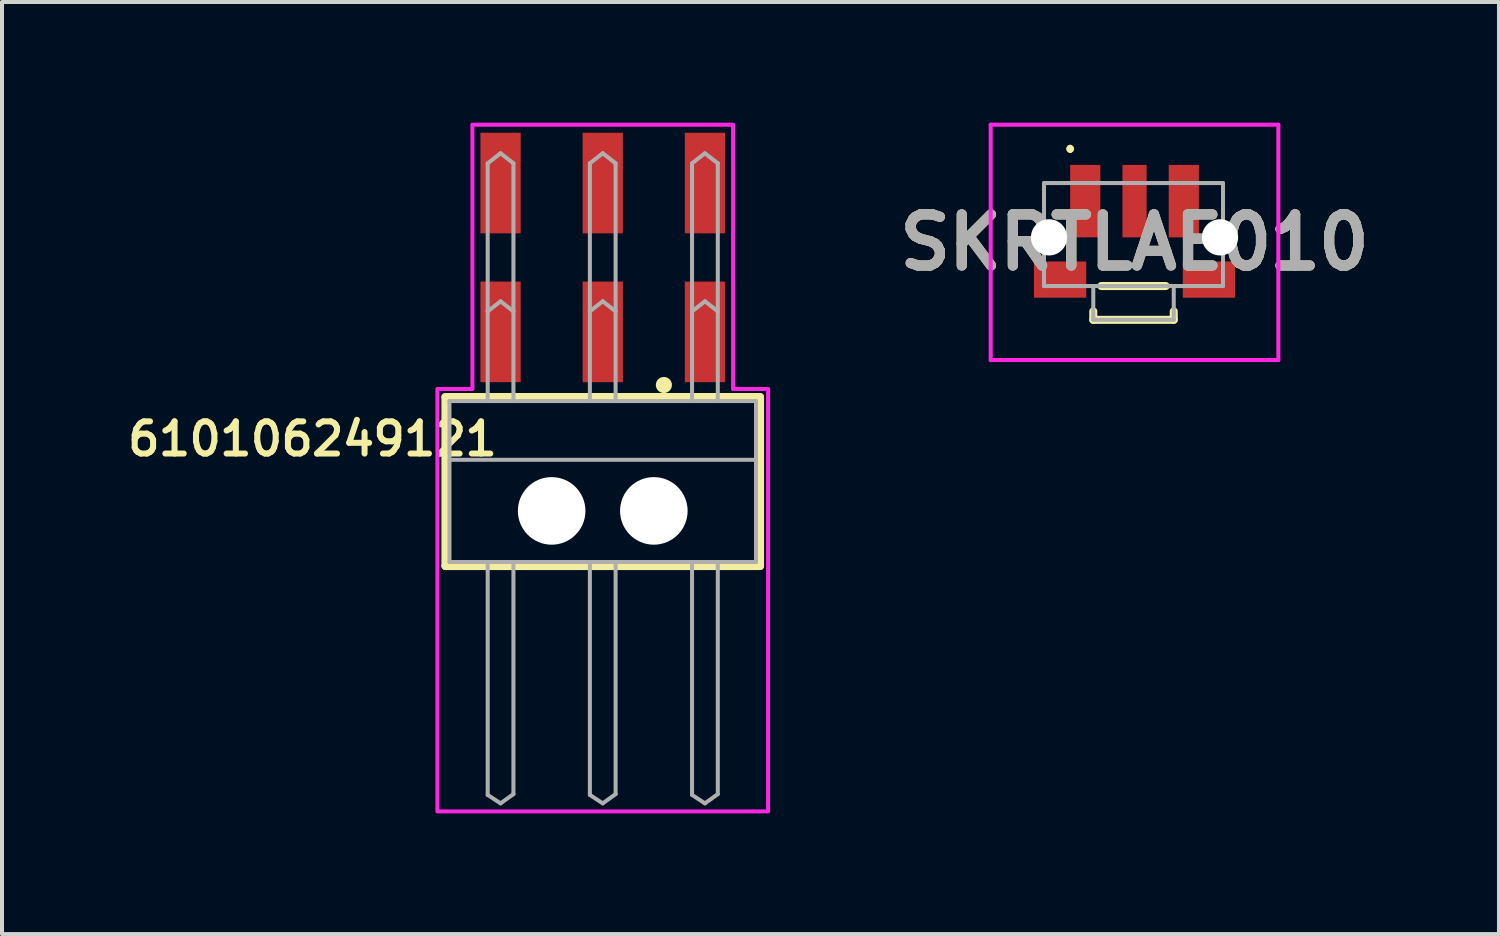
<source format=kicad_pcb>
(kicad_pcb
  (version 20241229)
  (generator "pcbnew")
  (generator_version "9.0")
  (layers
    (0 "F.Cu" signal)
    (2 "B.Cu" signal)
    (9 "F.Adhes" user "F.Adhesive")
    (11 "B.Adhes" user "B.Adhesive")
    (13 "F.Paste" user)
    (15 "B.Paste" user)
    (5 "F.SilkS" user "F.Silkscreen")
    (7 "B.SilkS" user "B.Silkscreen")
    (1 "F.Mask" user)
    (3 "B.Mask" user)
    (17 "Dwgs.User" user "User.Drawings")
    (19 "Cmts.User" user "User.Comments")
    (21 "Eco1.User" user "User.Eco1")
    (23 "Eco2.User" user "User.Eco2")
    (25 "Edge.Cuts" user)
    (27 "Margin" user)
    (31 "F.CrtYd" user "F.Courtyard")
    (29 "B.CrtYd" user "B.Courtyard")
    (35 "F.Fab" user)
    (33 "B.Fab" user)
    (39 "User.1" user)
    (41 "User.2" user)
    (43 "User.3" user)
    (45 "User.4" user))
  (footprint "610106249121"
    (layer "F.Cu")
    (at 11.933 9.65)
    (property "Reference" "610106249121" (at -7.216 -1.788 0) (layer "F.SilkS") (effects (font (size 0.8 0.8) (thickness 0.15))))
    (attr smd)
    (fp_line (start -3.91 -2.83) (end 3.91 -2.83) (stroke (width 0.2) (type solid)) (layer "F.SilkS"))
    (fp_line (start -3.91 1.37) (end -3.91 -2.83) (stroke (width 0.2) (type solid)) (layer "F.SilkS"))
    (fp_line (start 3.91 -2.83) (end 3.91 1.37) (stroke (width 0.2) (type solid)) (layer "F.SilkS"))
    (fp_line (start 3.91 1.37) (end -3.91 1.37) (stroke (width 0.2) (type solid)) (layer "F.SilkS"))
    (fp_circle (center 1.52 -3.13) (end 1.62 -3.13) (stroke (width 0.2) (type solid)) (fill no) (layer "F.SilkS"))
    (fp_poly (pts (xy -3.24 -9.6) (xy 3.24 -9.6) (xy 3.24 -3.03) (xy 4.11 -3.03) (xy 4.11 7.47) (xy -4.11 7.47) (xy -4.11 -3.03) (xy -3.24 -3.03)) (stroke (width 0.1) (type solid)) (fill no) (layer "F.CrtYd"))
    (fp_line (start -3.81 -2.73) (end -3.81 1.27) (stroke (width 0.1) (type solid)) (layer "F.Fab"))
    (fp_line (start -3.8 -1.27) (end 3.8 -1.27) (stroke (width 0.1) (type solid)) (layer "F.Fab"))
    (fp_line (start -2.86 -4.96) (end -2.86 -8.64) (stroke (width 0.1) (type solid)) (layer "F.Fab"))
    (fp_line (start -2.86 -2.73) (end -2.86 -4.96) (stroke (width 0.1) (type solid)) (layer "F.Fab"))
    (fp_line (start -2.86 1.27) (end -2.86 7.06) (stroke (width 0.1) (type solid)) (layer "F.Fab"))
    (fp_line (start -2.86 7.06) (end -2.54 7.27) (stroke (width 0.1) (type solid)) (layer "F.Fab"))
    (fp_line (start -2.54 -8.89) (end -2.86 -8.64) (stroke (width 0.1) (type solid)) (layer "F.Fab"))
    (fp_line (start -2.54 -8.89) (end -2.22 -8.64) (stroke (width 0.1) (type solid)) (layer "F.Fab"))
    (fp_line (start -2.54 -5.21) (end -2.86 -4.96) (stroke (width 0.1) (type solid)) (layer "F.Fab"))
    (fp_line (start -2.54 -5.21) (end -2.22 -4.96) (stroke (width 0.1) (type solid)) (layer "F.Fab"))
    (fp_line (start -2.54 7.27) (end -2.22 7.04) (stroke (width 0.1) (type solid)) (layer "F.Fab"))
    (fp_line (start -2.22 -8.64) (end -2.22 -4.96) (stroke (width 0.1) (type solid)) (layer "F.Fab"))
    (fp_line (start -2.22 -4.96) (end -2.22 -2.73) (stroke (width 0.1) (type solid)) (layer "F.Fab"))
    (fp_line (start -2.22 7.04) (end -2.22 1.27) (stroke (width 0.1) (type solid)) (layer "F.Fab"))
    (fp_line (start -0.32 -4.96) (end -0.32 -8.64) (stroke (width 0.1) (type solid)) (layer "F.Fab"))
    (fp_line (start -0.32 -2.73) (end -3.81 -2.73) (stroke (width 0.1) (type solid)) (layer "F.Fab"))
    (fp_line (start -0.32 -2.73) (end -0.32 -4.96) (stroke (width 0.1) (type solid)) (layer "F.Fab"))
    (fp_line (start -0.32 1.27) (end -3.81 1.27) (stroke (width 0.1) (type solid)) (layer "F.Fab"))
    (fp_line (start -0.32 1.27) (end -0.32 7.06) (stroke (width 0.1) (type solid)) (layer "F.Fab"))
    (fp_line (start -0.32 7.06) (end 0 7.27) (stroke (width 0.1) (type solid)) (layer "F.Fab"))
    (fp_line (start 0 -8.89) (end -0.32 -8.64) (stroke (width 0.1) (type solid)) (layer "F.Fab"))
    (fp_line (start 0 -8.89) (end 0.32 -8.64) (stroke (width 0.1) (type solid)) (layer "F.Fab"))
    (fp_line (start 0 -5.21) (end -0.32 -4.96) (stroke (width 0.1) (type solid)) (layer "F.Fab"))
    (fp_line (start 0 -5.21) (end 0.32 -4.96) (stroke (width 0.1) (type solid)) (layer "F.Fab"))
    (fp_line (start 0 7.27) (end 0.32 7.04) (stroke (width 0.1) (type solid)) (layer "F.Fab"))
    (fp_line (start 0.32 -8.64) (end 0.32 -4.96) (stroke (width 0.1) (type solid)) (layer "F.Fab"))
    (fp_line (start 0.32 -4.96) (end 0.32 -2.73) (stroke (width 0.1) (type solid)) (layer "F.Fab"))
    (fp_line (start 0.32 -2.73) (end -0.32 -2.73) (stroke (width 0.1) (type solid)) (layer "F.Fab"))
    (fp_line (start 0.32 1.27) (end -0.32 1.27) (stroke (width 0.1) (type solid)) (layer "F.Fab"))
    (fp_line (start 0.32 7.04) (end 0.32 1.27) (stroke (width 0.1) (type solid)) (layer "F.Fab"))
    (fp_line (start 2.22 -4.96) (end 2.22 -8.64) (stroke (width 0.1) (type solid)) (layer "F.Fab"))
    (fp_line (start 2.22 -2.73) (end 2.22 -4.96) (stroke (width 0.1) (type solid)) (layer "F.Fab"))
    (fp_line (start 2.22 1.27) (end 2.22 7.06) (stroke (width 0.1) (type solid)) (layer "F.Fab"))
    (fp_line (start 2.22 7.06) (end 2.54 7.27) (stroke (width 0.1) (type solid)) (layer "F.Fab"))
    (fp_line (start 2.54 -8.89) (end 2.22 -8.64) (stroke (width 0.1) (type solid)) (layer "F.Fab"))
    (fp_line (start 2.54 -8.89) (end 2.86 -8.64) (stroke (width 0.1) (type solid)) (layer "F.Fab"))
    (fp_line (start 2.54 -5.21) (end 2.22 -4.96) (stroke (width 0.1) (type solid)) (layer "F.Fab"))
    (fp_line (start 2.54 -5.21) (end 2.86 -4.96) (stroke (width 0.1) (type solid)) (layer "F.Fab"))
    (fp_line (start 2.54 7.27) (end 2.86 7.04) (stroke (width 0.1) (type solid)) (layer "F.Fab"))
    (fp_line (start 2.86 -8.64) (end 2.86 -4.96) (stroke (width 0.1) (type solid)) (layer "F.Fab"))
    (fp_line (start 2.86 -4.96) (end 2.86 -2.73) (stroke (width 0.1) (type solid)) (layer "F.Fab"))
    (fp_line (start 2.86 7.04) (end 2.86 1.27) (stroke (width 0.1) (type solid)) (layer "F.Fab"))
    (fp_line (start 3.81 -2.73) (end 0.32 -2.73) (stroke (width 0.1) (type solid)) (layer "F.Fab"))
    (fp_line (start 3.81 -2.73) (end 3.81 1.27) (stroke (width 0.1) (type solid)) (layer "F.Fab"))
    (fp_line (start 3.81 1.27) (end 0.32 1.27) (stroke (width 0.1) (type solid)) (layer "F.Fab"))
    (pad "" np_thru_hole circle (at -1.27 0) (size 1.68 1.68) (drill 1.68) (layers "*.Cu" "*.Mask"))
    (pad "" np_thru_hole circle (at 1.27 0) (size 1.68 1.68) (drill 1.68) (layers "*.Cu" "*.Mask"))
    (pad "1" smd rect (at 2.54 -4.45) (size 1 2.5) (layers "F.Cu" "F.Mask" "F.Paste"))
    (pad "2" smd rect (at 2.54 -8.15) (size 1 2.5) (layers "F.Cu" "F.Mask" "F.Paste"))
    (pad "3" smd rect (at 0 -4.45) (size 1 2.5) (layers "F.Cu" "F.Mask" "F.Paste"))
    (pad "4" smd rect (at 0 -8.15) (size 1 2.5) (layers "F.Cu" "F.Mask" "F.Paste"))
    (pad "5" smd rect (at -2.54 -4.45) (size 1 2.5) (layers "F.Cu" "F.Mask" "F.Paste"))
    (pad "6" smd rect (at -2.54 -8.15) (size 1 2.5) (layers "F.Cu" "F.Mask" "F.Paste")))
  (footprint "SKRTLAE010"
    (layer "F.Cu")
    (at 25.152 3.2)
    (property "Reference" "SKRTLAE010" (at 0 -0.225 0) (layer "F.SilkS") (effects (font (size 1.27 1.27) (thickness 0.254))))
    (attr through_hole)
    (fp_line (start -1.6 -2.6) (end -1.6 -2.6) (stroke (width 0.1) (type solid)) (layer "F.SilkS"))
    (fp_line (start -1.6 -2.5) (end -1.6 -2.5) (stroke (width 0.1) (type solid)) (layer "F.SilkS"))
    (fp_line (start -1.025 1.7) (end -1.025 1.49) (stroke (width 0.2) (type solid)) (layer "F.SilkS"))
    (fp_line (start -0.825 0.86) (end 0.775 0.86) (stroke (width 0.2) (type solid)) (layer "F.SilkS"))
    (fp_line (start 0.975 1.49) (end 0.975 1.7) (stroke (width 0.2) (type solid)) (layer "F.SilkS"))
    (fp_line (start 0.975 1.7) (end -1.025 1.7) (stroke (width 0.2) (type solid)) (layer "F.SilkS"))
    (fp_arc (start -1.6 -2.6) (mid -1.55 -2.55) (end -1.6 -2.5) (stroke (width 0.1) (type solid)) (layer "F.SilkS"))
    (fp_arc (start -1.6 -2.5) (mid -1.65 -2.55) (end -1.6 -2.6) (stroke (width 0.1) (type solid)) (layer "F.SilkS"))
    (fp_line (start -3.575 -3.15) (end 3.575 -3.15) (stroke (width 0.1) (type solid)) (layer "F.CrtYd"))
    (fp_line (start -3.575 2.7) (end -3.575 -3.15) (stroke (width 0.1) (type solid)) (layer "F.CrtYd"))
    (fp_line (start 3.575 -3.15) (end 3.575 2.7) (stroke (width 0.1) (type solid)) (layer "F.CrtYd"))
    (fp_line (start 3.575 2.7) (end -3.575 2.7) (stroke (width 0.1) (type solid)) (layer "F.CrtYd"))
    (fp_line (start -2.25 -1.7) (end 2.2 -1.7) (stroke (width 0.1) (type solid)) (layer "F.Fab"))
    (fp_line (start -2.25 0.86) (end -2.25 -1.7) (stroke (width 0.1) (type solid)) (layer "F.Fab"))
    (fp_line (start -1.025 1.7) (end -1.025 0.86) (stroke (width 0.1) (type solid)) (layer "F.Fab"))
    (fp_line (start 0.975 0.86) (end 0.975 1.7) (stroke (width 0.1) (type solid)) (layer "F.Fab"))
    (fp_line (start 0.975 1.7) (end -1.025 1.7) (stroke (width 0.1) (type solid)) (layer "F.Fab"))
    (fp_line (start 2.2 -1.7) (end 2.2 0.86) (stroke (width 0.1) (type solid)) (layer "F.Fab"))
    (fp_line (start 2.2 0.86) (end -2.25 0.86) (stroke (width 0.1) (type solid)) (layer "F.Fab"))
    (fp_text user "${REFERENCE}" (at 0 -0.225 0) (layer "F.Fab") (effects (font (size 1.27 1.27) (thickness 0.254))))
    (pad "" np_thru_hole circle (at -2.125 -0.35) (size 0.9 0.9) (drill 0.9) (layers "*.Cu" "*.Mask"))
    (pad "" np_thru_hole circle (at 2.125 -0.35) (size 0.9 0.9) (drill 0.9) (layers "*.Cu" "*.Mask"))
    (pad "1" smd rect (at -1.225 -1.25) (size 0.75 1.8) (layers "F.Cu" "F.Mask" "F.Paste"))
    (pad "2" smd rect (at 0 -1.25) (size 0.6 1.8) (layers "F.Cu" "F.Mask" "F.Paste"))
    (pad "3" smd rect (at 1.225 -1.25) (size 0.75 1.8) (layers "F.Cu" "F.Mask" "F.Paste"))
    (pad "MP1" smd rect (at -1.85 0.7 90) (size 0.9 1.3) (layers "F.Cu" "F.Mask" "F.Paste"))
    (pad "MP2" smd rect (at 1.85 0.7 90) (size 0.9 1.3) (layers "F.Cu" "F.Mask" "F.Paste")))
  (gr_rect
    (start -3 -3)
    (end 34.212 20.17)
    (stroke (width 0.1) (type default))
    (fill no)
    (layer "Edge.Cuts")))
</source>
